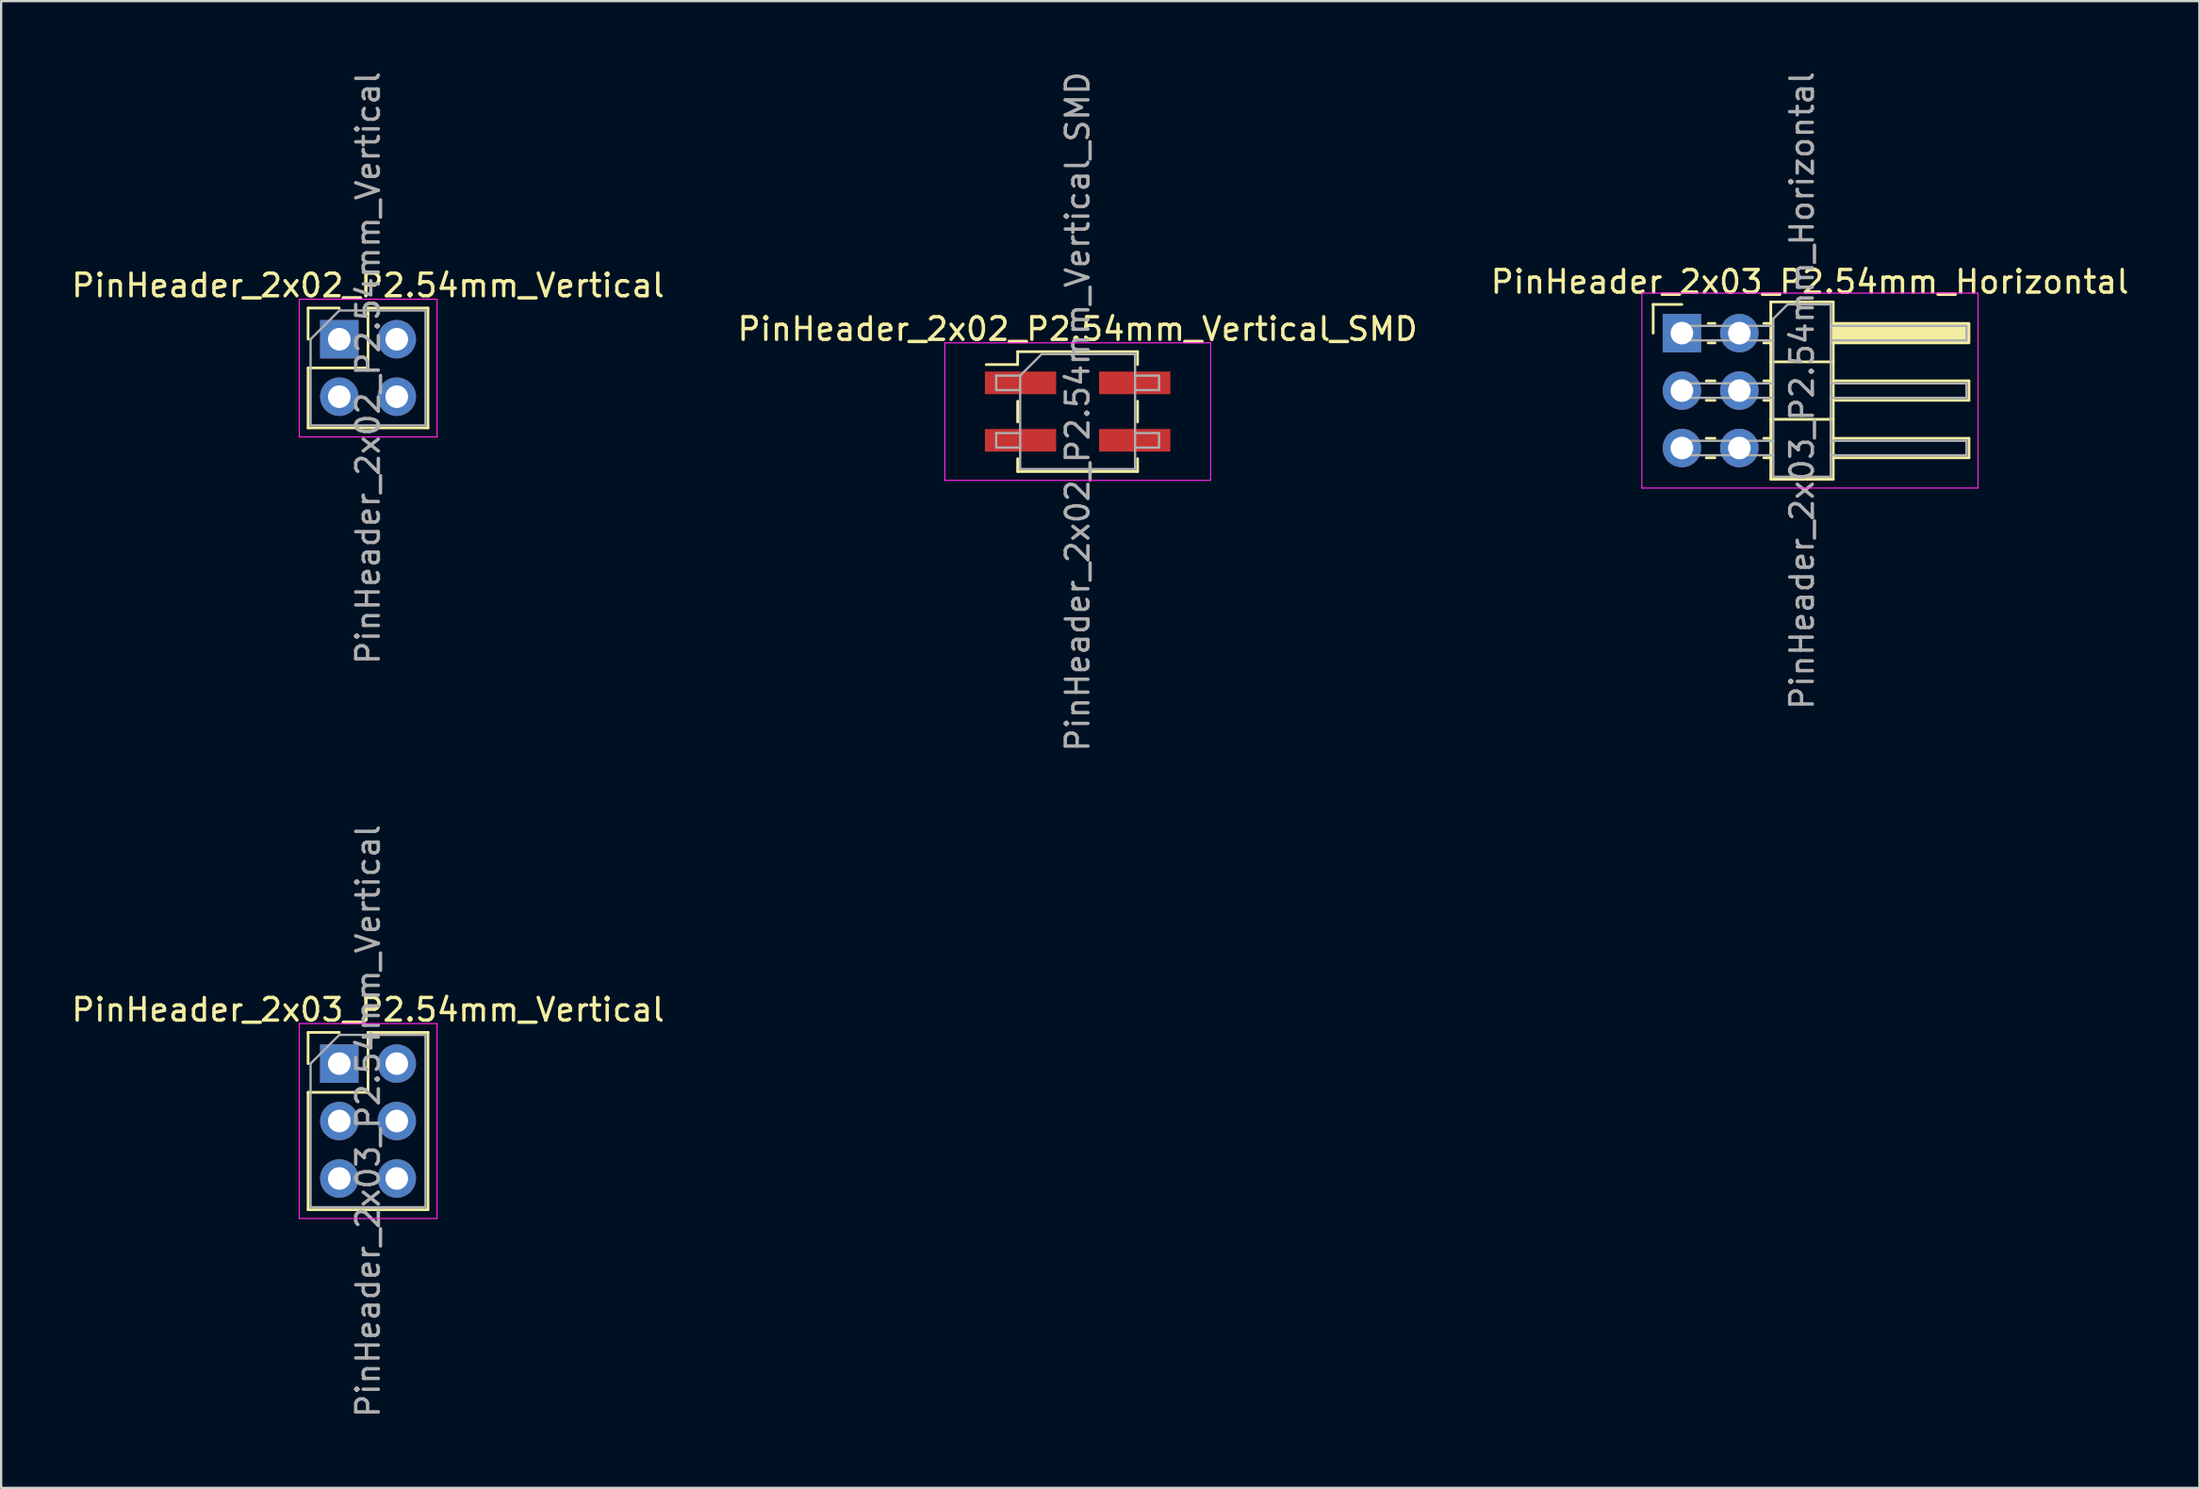
<source format=kicad_pcb>
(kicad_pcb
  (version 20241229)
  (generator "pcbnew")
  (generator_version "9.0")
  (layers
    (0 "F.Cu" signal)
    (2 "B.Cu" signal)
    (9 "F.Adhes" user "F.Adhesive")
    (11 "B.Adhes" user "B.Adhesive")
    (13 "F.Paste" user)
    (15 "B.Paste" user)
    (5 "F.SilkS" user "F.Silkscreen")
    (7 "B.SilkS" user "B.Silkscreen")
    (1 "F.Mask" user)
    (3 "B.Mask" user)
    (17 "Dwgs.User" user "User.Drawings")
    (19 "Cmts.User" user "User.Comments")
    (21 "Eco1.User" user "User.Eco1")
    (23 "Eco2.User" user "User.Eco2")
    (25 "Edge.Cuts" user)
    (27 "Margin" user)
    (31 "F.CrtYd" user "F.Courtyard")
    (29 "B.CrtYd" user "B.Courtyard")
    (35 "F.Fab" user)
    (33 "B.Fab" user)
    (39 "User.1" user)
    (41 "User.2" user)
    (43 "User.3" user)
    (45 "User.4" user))
  (footprint "PinHeader_2x02_P2.54mm_Vertical"
    (layer "F.Cu")
    (at 11.95 11.95)
    (property "Reference" "PinHeader_2x02_P2.54mm_Vertical" (at 1.27 -2.38 0) (layer "F.SilkS") (effects (font (size 1 1) (thickness 0.15))))
    (attr through_hole)
    (fp_line (start -1.38 -1.38) (end 0 -1.38) (stroke (width 0.12) (type solid)) (layer "F.SilkS"))
    (fp_line (start -1.38 0) (end -1.38 -1.38) (stroke (width 0.12) (type solid)) (layer "F.SilkS"))
    (fp_line (start -1.38 1.27) (end -1.38 3.92) (stroke (width 0.12) (type solid)) (layer "F.SilkS"))
    (fp_line (start -1.38 1.27) (end 1.27 1.27) (stroke (width 0.12) (type solid)) (layer "F.SilkS"))
    (fp_line (start -1.38 3.92) (end 3.92 3.92) (stroke (width 0.12) (type solid)) (layer "F.SilkS"))
    (fp_line (start 1.27 -1.38) (end 3.92 -1.38) (stroke (width 0.12) (type solid)) (layer "F.SilkS"))
    (fp_line (start 1.27 1.27) (end 1.27 -1.38) (stroke (width 0.12) (type solid)) (layer "F.SilkS"))
    (fp_line (start 3.92 -1.38) (end 3.92 3.92) (stroke (width 0.12) (type solid)) (layer "F.SilkS"))
    (fp_line (start -1.77 -1.77) (end -1.77 4.32) (stroke (width 0.05) (type solid)) (layer "F.CrtYd"))
    (fp_line (start -1.77 4.32) (end 4.32 4.32) (stroke (width 0.05) (type solid)) (layer "F.CrtYd"))
    (fp_line (start 4.32 -1.77) (end -1.77 -1.77) (stroke (width 0.05) (type solid)) (layer "F.CrtYd"))
    (fp_line (start 4.32 4.32) (end 4.32 -1.77) (stroke (width 0.05) (type solid)) (layer "F.CrtYd"))
    (fp_line (start -1.27 0) (end 0 -1.27) (stroke (width 0.1) (type solid)) (layer "F.Fab"))
    (fp_line (start -1.27 3.81) (end -1.27 0) (stroke (width 0.1) (type solid)) (layer "F.Fab"))
    (fp_line (start 0 -1.27) (end 3.81 -1.27) (stroke (width 0.1) (type solid)) (layer "F.Fab"))
    (fp_line (start 3.81 -1.27) (end 3.81 3.81) (stroke (width 0.1) (type solid)) (layer "F.Fab"))
    (fp_line (start 3.81 3.81) (end -1.27 3.81) (stroke (width 0.1) (type solid)) (layer "F.Fab"))
    (fp_text user "${REFERENCE}" (at 1.27 1.27 90) (layer "F.Fab") (effects (font (size 1 1) (thickness 0.15))))
    (pad "1" thru_hole rect (at 0 0) (size 1.7 1.7) (drill 1) (layers "*.Cu" "*.Mask"))
    (pad "2" thru_hole circle (at 2.54 0) (size 1.7 1.7) (drill 1) (layers "*.Cu" "*.Mask"))
    (pad "3" thru_hole circle (at 0 2.54) (size 1.7 1.7) (drill 1) (layers "*.Cu" "*.Mask"))
    (pad "4" thru_hole circle (at 2.54 2.54) (size 1.7 1.7) (drill 1) (layers "*.Cu" "*.Mask")))
  (footprint "PinHeader_2x03_P2.54mm_Vertical"
    (layer "F.Cu")
    (at 11.95 43.978)
    (property "Reference" "PinHeader_2x03_P2.54mm_Vertical" (at 1.27 -2.38 0) (layer "F.SilkS") (effects (font (size 1 1) (thickness 0.15))))
    (attr through_hole)
    (fp_line (start -1.38 -1.38) (end 0 -1.38) (stroke (width 0.12) (type solid)) (layer "F.SilkS"))
    (fp_line (start -1.38 0) (end -1.38 -1.38) (stroke (width 0.12) (type solid)) (layer "F.SilkS"))
    (fp_line (start -1.38 1.27) (end -1.38 6.46) (stroke (width 0.12) (type solid)) (layer "F.SilkS"))
    (fp_line (start -1.38 1.27) (end 1.27 1.27) (stroke (width 0.12) (type solid)) (layer "F.SilkS"))
    (fp_line (start -1.38 6.46) (end 3.92 6.46) (stroke (width 0.12) (type solid)) (layer "F.SilkS"))
    (fp_line (start 1.27 -1.38) (end 3.92 -1.38) (stroke (width 0.12) (type solid)) (layer "F.SilkS"))
    (fp_line (start 1.27 1.27) (end 1.27 -1.38) (stroke (width 0.12) (type solid)) (layer "F.SilkS"))
    (fp_line (start 3.92 -1.38) (end 3.92 6.46) (stroke (width 0.12) (type solid)) (layer "F.SilkS"))
    (fp_line (start -1.77 -1.77) (end -1.77 6.85) (stroke (width 0.05) (type solid)) (layer "F.CrtYd"))
    (fp_line (start -1.77 6.85) (end 4.32 6.85) (stroke (width 0.05) (type solid)) (layer "F.CrtYd"))
    (fp_line (start 4.32 -1.77) (end -1.77 -1.77) (stroke (width 0.05) (type solid)) (layer "F.CrtYd"))
    (fp_line (start 4.32 6.85) (end 4.32 -1.77) (stroke (width 0.05) (type solid)) (layer "F.CrtYd"))
    (fp_line (start -1.27 0) (end 0 -1.27) (stroke (width 0.1) (type solid)) (layer "F.Fab"))
    (fp_line (start -1.27 6.35) (end -1.27 0) (stroke (width 0.1) (type solid)) (layer "F.Fab"))
    (fp_line (start 0 -1.27) (end 3.81 -1.27) (stroke (width 0.1) (type solid)) (layer "F.Fab"))
    (fp_line (start 3.81 -1.27) (end 3.81 6.35) (stroke (width 0.1) (type solid)) (layer "F.Fab"))
    (fp_line (start 3.81 6.35) (end -1.27 6.35) (stroke (width 0.1) (type solid)) (layer "F.Fab"))
    (fp_text user "${REFERENCE}" (at 1.27 2.54 90) (layer "F.Fab") (effects (font (size 1 1) (thickness 0.15))))
    (pad "1" thru_hole rect (at 0 0) (size 1.7 1.7) (drill 1) (layers "*.Cu" "*.Mask"))
    (pad "2" thru_hole circle (at 2.54 0) (size 1.7 1.7) (drill 1) (layers "*.Cu" "*.Mask"))
    (pad "3" thru_hole circle (at 0 2.54) (size 1.7 1.7) (drill 1) (layers "*.Cu" "*.Mask"))
    (pad "4" thru_hole circle (at 2.54 2.54) (size 1.7 1.7) (drill 1) (layers "*.Cu" "*.Mask"))
    (pad "5" thru_hole circle (at 0 5.08) (size 1.7 1.7) (drill 1) (layers "*.Cu" "*.Mask"))
    (pad "6" thru_hole circle (at 2.54 5.08) (size 1.7 1.7) (drill 1) (layers "*.Cu" "*.Mask")))
  (footprint "PinHeader_2x03_P2.54mm_Horizontal"
    (layer "F.Cu")
    (at 71.303 11.68)
    (property "Reference" "PinHeader_2x03_P2.54mm_Horizontal" (at 5.655 -2.27 0) (layer "F.SilkS") (effects (font (size 1 1) (thickness 0.15))))
    (attr through_hole)
    (fp_line (start -1.27 -1.27) (end 0 -1.27) (stroke (width 0.12) (type solid)) (layer "F.SilkS"))
    (fp_line (start -1.27 0) (end -1.27 -1.27) (stroke (width 0.12) (type solid)) (layer "F.SilkS"))
    (fp_line (start 1.077 2.11) (end 1.463 2.11) (stroke (width 0.12) (type solid)) (layer "F.SilkS"))
    (fp_line (start 1.077 2.97) (end 1.463 2.97) (stroke (width 0.12) (type solid)) (layer "F.SilkS"))
    (fp_line (start 1.077 4.65) (end 1.463 4.65) (stroke (width 0.12) (type solid)) (layer "F.SilkS"))
    (fp_line (start 1.077 5.51) (end 1.463 5.51) (stroke (width 0.12) (type solid)) (layer "F.SilkS"))
    (fp_line (start 1.16 -0.43) (end 1.463 -0.43) (stroke (width 0.12) (type solid)) (layer "F.SilkS"))
    (fp_line (start 1.16 0.43) (end 1.463 0.43) (stroke (width 0.12) (type solid)) (layer "F.SilkS"))
    (fp_line (start 3.617 -0.43) (end 3.93 -0.43) (stroke (width 0.12) (type solid)) (layer "F.SilkS"))
    (fp_line (start 3.617 0.43) (end 3.93 0.43) (stroke (width 0.12) (type solid)) (layer "F.SilkS"))
    (fp_line (start 3.617 2.11) (end 3.93 2.11) (stroke (width 0.12) (type solid)) (layer "F.SilkS"))
    (fp_line (start 3.617 2.97) (end 3.93 2.97) (stroke (width 0.12) (type solid)) (layer "F.SilkS"))
    (fp_line (start 3.617 4.65) (end 3.93 4.65) (stroke (width 0.12) (type solid)) (layer "F.SilkS"))
    (fp_line (start 3.617 5.51) (end 3.93 5.51) (stroke (width 0.12) (type solid)) (layer "F.SilkS"))
    (fp_line (start 3.93 -1.38) (end 3.93 6.46) (stroke (width 0.12) (type solid)) (layer "F.SilkS"))
    (fp_line (start 3.93 1.27) (end 6.69 1.27) (stroke (width 0.12) (type solid)) (layer "F.SilkS"))
    (fp_line (start 3.93 3.81) (end 6.69 3.81) (stroke (width 0.12) (type solid)) (layer "F.SilkS"))
    (fp_line (start 3.93 6.46) (end 6.69 6.46) (stroke (width 0.12) (type solid)) (layer "F.SilkS"))
    (fp_line (start 6.69 -1.38) (end 3.93 -1.38) (stroke (width 0.12) (type solid)) (layer "F.SilkS"))
    (fp_line (start 6.69 2.11) (end 12.69 2.11) (stroke (width 0.12) (type solid)) (layer "F.SilkS"))
    (fp_line (start 6.69 4.65) (end 12.69 4.65) (stroke (width 0.12) (type solid)) (layer "F.SilkS"))
    (fp_line (start 6.69 6.46) (end 6.69 -1.38) (stroke (width 0.12) (type solid)) (layer "F.SilkS"))
    (fp_line (start 12.69 2.11) (end 12.69 2.97) (stroke (width 0.12) (type solid)) (layer "F.SilkS"))
    (fp_line (start 12.69 2.97) (end 6.69 2.97) (stroke (width 0.12) (type solid)) (layer "F.SilkS"))
    (fp_line (start 12.69 4.65) (end 12.69 5.51) (stroke (width 0.12) (type solid)) (layer "F.SilkS"))
    (fp_line (start 12.69 5.51) (end 6.69 5.51) (stroke (width 0.12) (type solid)) (layer "F.SilkS"))
    (fp_rect (start 6.69 -0.43) (end 12.69 0.43) (stroke (width 0.12) (type solid)) (fill yes) (layer "F.SilkS"))
    (fp_line (start -1.77 -1.77) (end -1.77 6.85) (stroke (width 0.05) (type solid)) (layer "F.CrtYd"))
    (fp_line (start -1.77 6.85) (end 13.09 6.85) (stroke (width 0.05) (type solid)) (layer "F.CrtYd"))
    (fp_line (start 13.09 -1.77) (end -1.77 -1.77) (stroke (width 0.05) (type solid)) (layer "F.CrtYd"))
    (fp_line (start 13.09 6.85) (end 13.09 -1.77) (stroke (width 0.05) (type solid)) (layer "F.CrtYd"))
    (fp_line (start -0.32 -0.32) (end -0.32 0.32) (stroke (width 0.1) (type solid)) (layer "F.Fab"))
    (fp_line (start -0.32 -0.32) (end 4.04 -0.32) (stroke (width 0.1) (type solid)) (layer "F.Fab"))
    (fp_line (start -0.32 0.32) (end 4.04 0.32) (stroke (width 0.1) (type solid)) (layer "F.Fab"))
    (fp_line (start -0.32 2.22) (end -0.32 2.86) (stroke (width 0.1) (type solid)) (layer "F.Fab"))
    (fp_line (start -0.32 2.22) (end 4.04 2.22) (stroke (width 0.1) (type solid)) (layer "F.Fab"))
    (fp_line (start -0.32 2.86) (end 4.04 2.86) (stroke (width 0.1) (type solid)) (layer "F.Fab"))
    (fp_line (start -0.32 4.76) (end -0.32 5.4) (stroke (width 0.1) (type solid)) (layer "F.Fab"))
    (fp_line (start -0.32 4.76) (end 4.04 4.76) (stroke (width 0.1) (type solid)) (layer "F.Fab"))
    (fp_line (start -0.32 5.4) (end 4.04 5.4) (stroke (width 0.1) (type solid)) (layer "F.Fab"))
    (fp_line (start 4.04 -0.635) (end 4.675 -1.27) (stroke (width 0.1) (type solid)) (layer "F.Fab"))
    (fp_line (start 4.04 6.35) (end 4.04 -0.635) (stroke (width 0.1) (type solid)) (layer "F.Fab"))
    (fp_line (start 4.675 -1.27) (end 6.58 -1.27) (stroke (width 0.1) (type solid)) (layer "F.Fab"))
    (fp_line (start 6.58 -1.27) (end 6.58 6.35) (stroke (width 0.1) (type solid)) (layer "F.Fab"))
    (fp_line (start 6.58 -0.32) (end 12.58 -0.32) (stroke (width 0.1) (type solid)) (layer "F.Fab"))
    (fp_line (start 6.58 0.32) (end 12.58 0.32) (stroke (width 0.1) (type solid)) (layer "F.Fab"))
    (fp_line (start 6.58 2.22) (end 12.58 2.22) (stroke (width 0.1) (type solid)) (layer "F.Fab"))
    (fp_line (start 6.58 2.86) (end 12.58 2.86) (stroke (width 0.1) (type solid)) (layer "F.Fab"))
    (fp_line (start 6.58 4.76) (end 12.58 4.76) (stroke (width 0.1) (type solid)) (layer "F.Fab"))
    (fp_line (start 6.58 5.4) (end 12.58 5.4) (stroke (width 0.1) (type solid)) (layer "F.Fab"))
    (fp_line (start 6.58 6.35) (end 4.04 6.35) (stroke (width 0.1) (type solid)) (layer "F.Fab"))
    (fp_line (start 12.58 -0.32) (end 12.58 0.32) (stroke (width 0.1) (type solid)) (layer "F.Fab"))
    (fp_line (start 12.58 2.22) (end 12.58 2.86) (stroke (width 0.1) (type solid)) (layer "F.Fab"))
    (fp_line (start 12.58 4.76) (end 12.58 5.4) (stroke (width 0.1) (type solid)) (layer "F.Fab"))
    (fp_text user "${REFERENCE}" (at 5.31 2.54 90) (layer "F.Fab") (effects (font (size 1 1) (thickness 0.15))))
    (pad "1" thru_hole rect (at 0 0) (size 1.7 1.7) (drill 1) (layers "*.Cu" "*.Mask"))
    (pad "2" thru_hole circle (at 2.54 0) (size 1.7 1.7) (drill 1) (layers "*.Cu" "*.Mask"))
    (pad "3" thru_hole circle (at 0 2.54) (size 1.7 1.7) (drill 1) (layers "*.Cu" "*.Mask"))
    (pad "4" thru_hole circle (at 2.54 2.54) (size 1.7 1.7) (drill 1) (layers "*.Cu" "*.Mask"))
    (pad "5" thru_hole circle (at 0 5.08) (size 1.7 1.7) (drill 1) (layers "*.Cu" "*.Mask"))
    (pad "6" thru_hole circle (at 2.54 5.08) (size 1.7 1.7) (drill 1) (layers "*.Cu" "*.Mask")))
  (footprint "PinHeader_2x02_P2.54mm_Vertical_SMD"
    (layer "F.Cu")
    (at 44.589 15.149)
    (property "Reference" "PinHeader_2x02_P2.54mm_Vertical_SMD" (at 0 -3.65 0) (layer "F.SilkS") (effects (font (size 1 1) (thickness 0.15))))
    (attr smd)
    (fp_line (start -4.04 -2.08) (end -2.65 -2.08) (stroke (width 0.12) (type solid)) (layer "F.SilkS"))
    (fp_line (start -2.65 -2.65) (end -2.65 -2.08) (stroke (width 0.12) (type solid)) (layer "F.SilkS"))
    (fp_line (start -2.65 -2.65) (end 2.65 -2.65) (stroke (width 0.12) (type solid)) (layer "F.SilkS"))
    (fp_line (start -2.65 -0.46) (end -2.65 0.46) (stroke (width 0.12) (type solid)) (layer "F.SilkS"))
    (fp_line (start -2.65 2.08) (end -2.65 2.65) (stroke (width 0.12) (type solid)) (layer "F.SilkS"))
    (fp_line (start -2.65 2.65) (end 2.65 2.65) (stroke (width 0.12) (type solid)) (layer "F.SilkS"))
    (fp_line (start 2.65 -2.65) (end 2.65 -2.08) (stroke (width 0.12) (type solid)) (layer "F.SilkS"))
    (fp_line (start 2.65 -0.46) (end 2.65 0.46) (stroke (width 0.12) (type solid)) (layer "F.SilkS"))
    (fp_line (start 2.65 2.08) (end 2.65 2.65) (stroke (width 0.12) (type solid)) (layer "F.SilkS"))
    (fp_line (start -5.87 -3.04) (end -5.87 3.04) (stroke (width 0.05) (type solid)) (layer "F.CrtYd"))
    (fp_line (start -5.87 3.04) (end 5.88 3.04) (stroke (width 0.05) (type solid)) (layer "F.CrtYd"))
    (fp_line (start 5.88 -3.04) (end -5.87 -3.04) (stroke (width 0.05) (type solid)) (layer "F.CrtYd"))
    (fp_line (start 5.88 3.04) (end 5.88 -3.04) (stroke (width 0.05) (type solid)) (layer "F.CrtYd"))
    (fp_line (start -3.6 -1.59) (end -3.6 -0.95) (stroke (width 0.1) (type solid)) (layer "F.Fab"))
    (fp_line (start -3.6 -0.95) (end -2.54 -0.95) (stroke (width 0.1) (type solid)) (layer "F.Fab"))
    (fp_line (start -3.6 0.95) (end -3.6 1.59) (stroke (width 0.1) (type solid)) (layer "F.Fab"))
    (fp_line (start -3.6 1.59) (end -2.54 1.59) (stroke (width 0.1) (type solid)) (layer "F.Fab"))
    (fp_line (start -2.54 -1.59) (end -3.6 -1.59) (stroke (width 0.1) (type solid)) (layer "F.Fab"))
    (fp_line (start -2.54 -1.59) (end -1.59 -2.54) (stroke (width 0.1) (type solid)) (layer "F.Fab"))
    (fp_line (start -2.54 0.95) (end -3.6 0.95) (stroke (width 0.1) (type solid)) (layer "F.Fab"))
    (fp_line (start -2.54 2.54) (end -2.54 -1.59) (stroke (width 0.1) (type solid)) (layer "F.Fab"))
    (fp_line (start -1.59 -2.54) (end 2.54 -2.54) (stroke (width 0.1) (type solid)) (layer "F.Fab"))
    (fp_line (start 2.54 -2.54) (end 2.54 2.54) (stroke (width 0.1) (type solid)) (layer "F.Fab"))
    (fp_line (start 2.54 -1.59) (end 3.6 -1.59) (stroke (width 0.1) (type solid)) (layer "F.Fab"))
    (fp_line (start 2.54 0.95) (end 3.6 0.95) (stroke (width 0.1) (type solid)) (layer "F.Fab"))
    (fp_line (start 2.54 2.54) (end -2.54 2.54) (stroke (width 0.1) (type solid)) (layer "F.Fab"))
    (fp_line (start 3.6 -1.59) (end 3.6 -0.95) (stroke (width 0.1) (type solid)) (layer "F.Fab"))
    (fp_line (start 3.6 -0.95) (end 2.54 -0.95) (stroke (width 0.1) (type solid)) (layer "F.Fab"))
    (fp_line (start 3.6 0.95) (end 3.6 1.59) (stroke (width 0.1) (type solid)) (layer "F.Fab"))
    (fp_line (start 3.6 1.59) (end 2.54 1.59) (stroke (width 0.1) (type solid)) (layer "F.Fab"))
    (fp_text user "${REFERENCE}" (at 0 0 90) (layer "F.Fab") (effects (font (size 1 1) (thickness 0.15))))
    (pad "1" smd rect (at -2.525 -1.27) (size 3.15 1) (layers "F.Cu" "F.Mask" "F.Paste"))
    (pad "2" smd rect (at 2.525 -1.27) (size 3.15 1) (layers "F.Cu" "F.Mask" "F.Paste"))
    (pad "3" smd rect (at -2.525 1.27) (size 3.15 1) (layers "F.Cu" "F.Mask" "F.Paste"))
    (pad "4" smd rect (at 2.525 1.27) (size 3.15 1) (layers "F.Cu" "F.Mask" "F.Paste")))
  (gr_rect
    (start -3 -3)
    (end 94.179 62.738)
    (stroke (width 0.1) (type default))
    (fill no)
    (layer "Edge.Cuts")))
</source>
